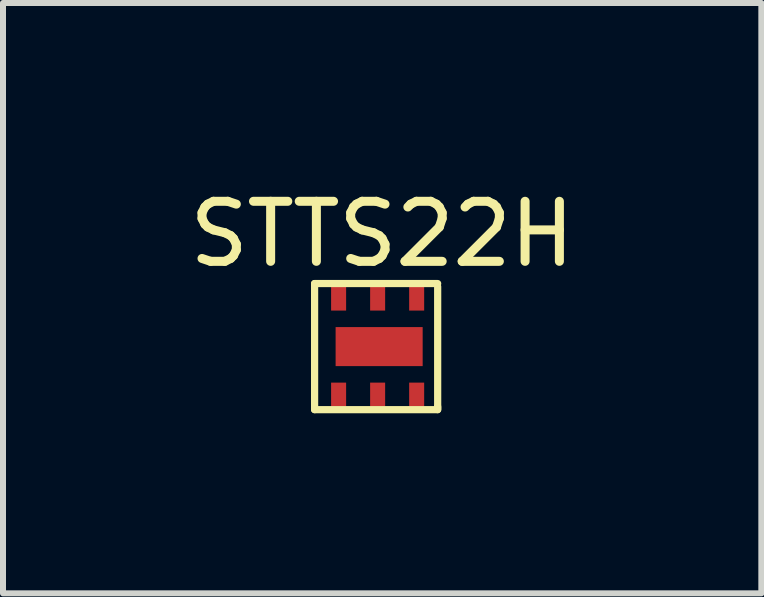
<source format=kicad_pcb>
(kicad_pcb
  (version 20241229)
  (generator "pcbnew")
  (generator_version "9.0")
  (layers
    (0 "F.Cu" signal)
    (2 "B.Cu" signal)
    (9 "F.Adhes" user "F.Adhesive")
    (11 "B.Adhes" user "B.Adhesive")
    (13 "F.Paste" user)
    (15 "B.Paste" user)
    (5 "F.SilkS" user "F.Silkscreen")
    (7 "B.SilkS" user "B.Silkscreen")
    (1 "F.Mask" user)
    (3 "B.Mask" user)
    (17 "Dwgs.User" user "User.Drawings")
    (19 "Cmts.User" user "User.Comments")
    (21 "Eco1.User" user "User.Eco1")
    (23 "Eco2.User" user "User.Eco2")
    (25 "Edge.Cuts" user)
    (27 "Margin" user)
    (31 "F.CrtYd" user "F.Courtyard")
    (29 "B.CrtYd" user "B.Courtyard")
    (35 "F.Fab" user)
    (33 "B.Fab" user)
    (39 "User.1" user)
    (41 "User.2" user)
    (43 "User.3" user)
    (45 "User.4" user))
  (footprint "STTS22H"
    (layer "F.Cu")
    (at 3.265 0.873)
    (property "Reference" "STTS22H" (at 0.05 -0.025 0) (layer "F.SilkS") (effects (font (size 1 1) (thickness 0.15))))
    (attr through_hole)
    (fp_line (start -1.075 0.8) (end 0.975 0.8) (stroke (width 0.12) (type solid)) (layer "F.SilkS"))
    (fp_line (start -1.075 0.825) (end -1.075 0.8) (stroke (width 0.12) (type solid)) (layer "F.SilkS"))
    (fp_line (start -1.075 2.9) (end -1.075 0.825) (stroke (width 0.12) (type solid)) (layer "F.SilkS"))
    (fp_line (start 0.975 0.85) (end 0.975 2.85) (stroke (width 0.12) (type solid)) (layer "F.SilkS"))
    (fp_line (start 0.975 2.85) (end 0.975 2.875) (stroke (width 0.12) (type solid)) (layer "F.SilkS"))
    (fp_line (start 0.975 2.875) (end 0.975 2.9) (stroke (width 0.12) (type solid)) (layer "F.SilkS"))
    (fp_line (start 0.975 2.9) (end -1.075 2.9) (stroke (width 0.12) (type solid)) (layer "F.SilkS"))
    (pad "1" smd rect (at 0.625 2.65) (size 0.25 0.4) (layers "F.Cu" "F.Mask" "F.Paste"))
    (pad "2" smd rect (at -0.025 2.65) (size 0.25 0.4) (layers "F.Cu" "F.Mask" "F.Paste"))
    (pad "3" smd rect (at -0.675 2.65) (size 0.25 0.4) (layers "F.Cu" "F.Mask" "F.Paste"))
    (pad "4" smd rect (at -0.675 1.05) (size 0.25 0.4) (layers "F.Cu" "F.Mask" "F.Paste"))
    (pad "5" smd rect (at -0.025 1.05) (size 0.25 0.4) (layers "F.Cu" "F.Mask" "F.Paste"))
    (pad "6" smd rect (at 0.625 1.05) (size 0.25 0.4) (layers "F.Cu" "F.Mask" "F.Paste"))
    (pad "7" smd rect (at 0 1.85 180) (size 1.45 0.65) (layers "F.Cu" "F.Mask" "F.Paste")))
  (gr_rect
    (start -3 -3)
    (end 9.631 6.833)
    (stroke (width 0.1) (type default))
    (fill no)
    (layer "Edge.Cuts")))
</source>
